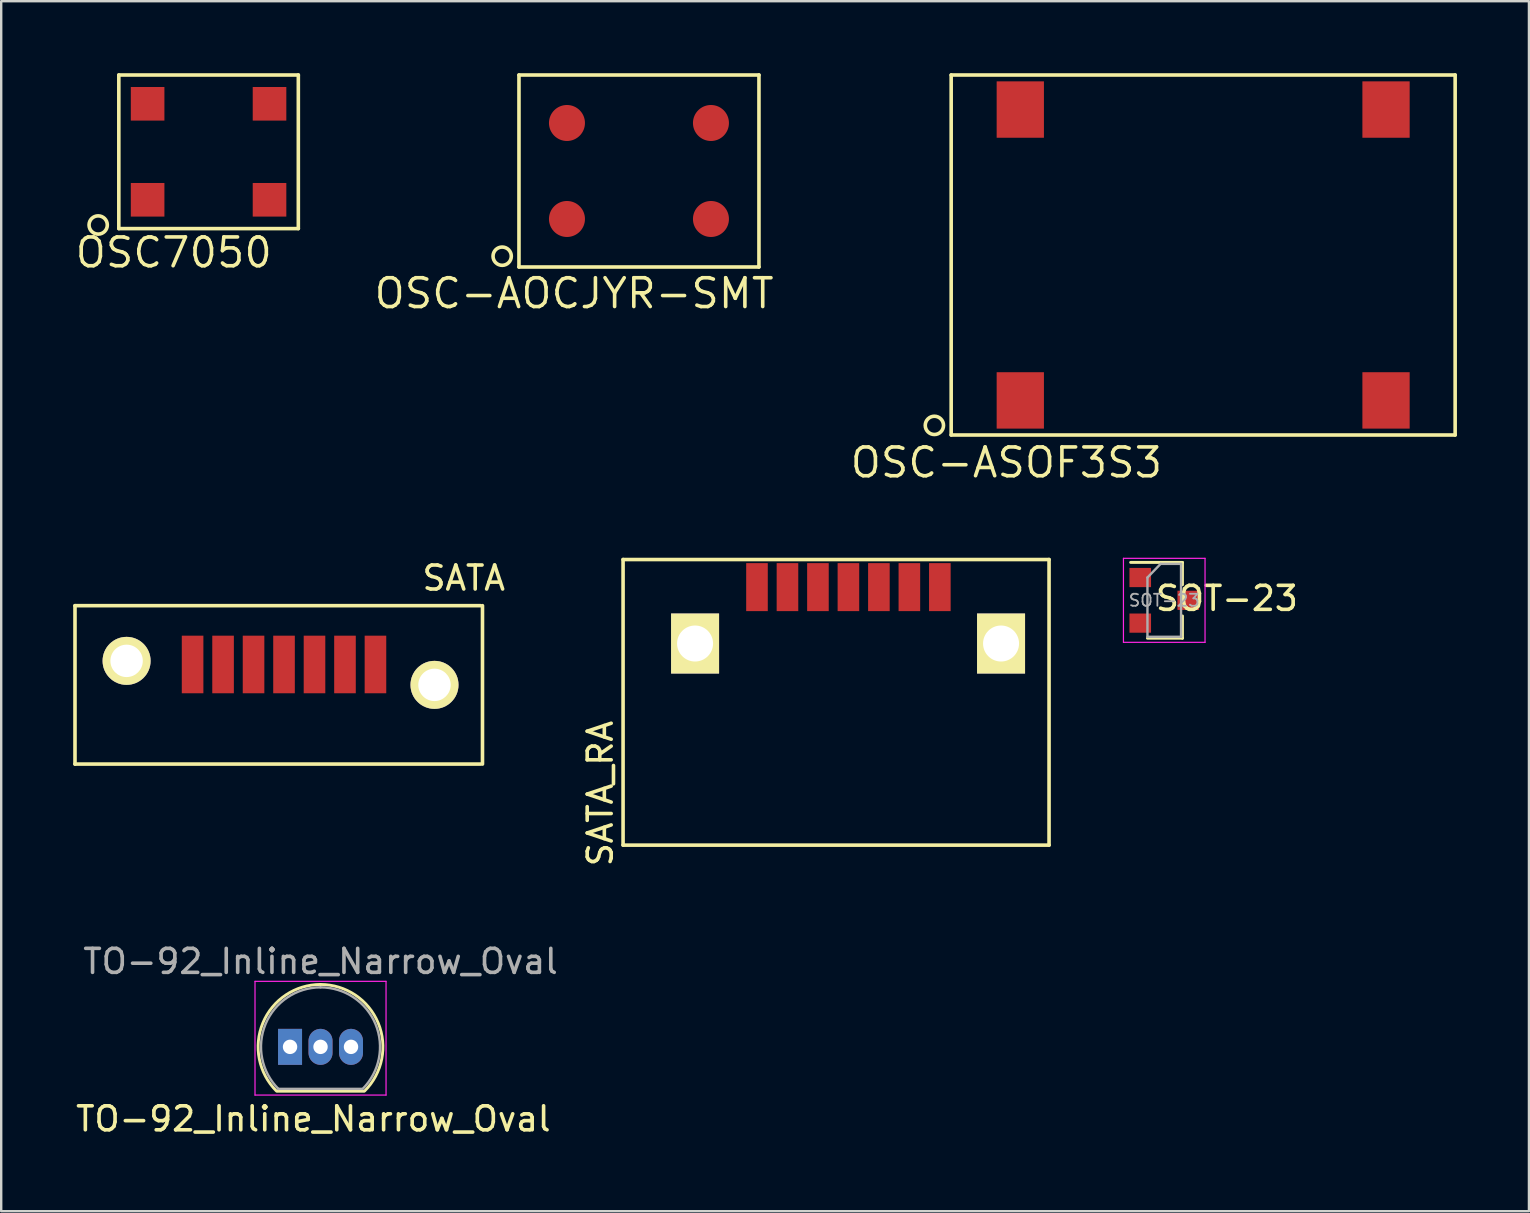
<source format=kicad_pcb>
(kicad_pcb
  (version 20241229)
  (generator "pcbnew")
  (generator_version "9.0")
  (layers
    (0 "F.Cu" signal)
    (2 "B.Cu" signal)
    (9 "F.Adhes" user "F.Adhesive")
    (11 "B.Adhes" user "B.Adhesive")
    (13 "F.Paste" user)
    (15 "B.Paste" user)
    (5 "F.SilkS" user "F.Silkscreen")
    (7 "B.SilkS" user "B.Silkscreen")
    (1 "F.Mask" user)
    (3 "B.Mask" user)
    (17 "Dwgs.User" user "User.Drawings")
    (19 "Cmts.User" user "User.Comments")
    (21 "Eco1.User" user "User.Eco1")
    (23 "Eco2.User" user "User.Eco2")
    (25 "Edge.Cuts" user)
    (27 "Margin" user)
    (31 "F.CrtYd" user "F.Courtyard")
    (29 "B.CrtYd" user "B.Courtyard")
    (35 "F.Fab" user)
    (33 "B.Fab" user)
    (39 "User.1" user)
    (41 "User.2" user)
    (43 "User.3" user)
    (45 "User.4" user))
  (footprint "TO-92_Inline_Narrow_Oval"
    (layer "F.Cu")
    (at 9.036 40.572)
    (property "Reference" "TO-92_Inline_Narrow_Oval" (at 0.97 3 0) (layer "F.SilkS") (effects (font (size 1 1) (thickness 0.15))))
    (attr through_hole)
    (fp_line (start -0.53 1.85) (end 3.07 1.85) (stroke (width 0.12) (type solid)) (layer "F.SilkS"))
    (fp_arc (start -0.568478 1.838478) (mid -1.132087 -0.994977) (end 1.27 -2.6) (stroke (width 0.12) (type solid)) (layer "F.SilkS"))
    (fp_arc (start 1.27 -2.6) (mid 3.672087 -0.994977) (end 3.108478 1.838478) (stroke (width 0.12) (type solid)) (layer "F.SilkS"))
    (fp_line (start -1.46 -2.73) (end -1.46 2.01) (stroke (width 0.05) (type solid)) (layer "F.CrtYd"))
    (fp_line (start -1.46 -2.73) (end 4 -2.73) (stroke (width 0.05) (type solid)) (layer "F.CrtYd"))
    (fp_line (start 4 2.01) (end -1.46 2.01) (stroke (width 0.05) (type solid)) (layer "F.CrtYd"))
    (fp_line (start 4 2.01) (end 4 -2.73) (stroke (width 0.05) (type solid)) (layer "F.CrtYd"))
    (fp_line (start -0.5 1.75) (end 3 1.75) (stroke (width 0.1) (type solid)) (layer "F.Fab"))
    (fp_arc (start -0.483625 1.753625) (mid -1.021221 -0.949055) (end 1.27 -2.48) (stroke (width 0.1) (type solid)) (layer "F.Fab"))
    (fp_arc (start 1.27 -2.48) (mid 3.561221 -0.949055) (end 3.023625 1.753625) (stroke (width 0.1) (type solid)) (layer "F.Fab"))
    (fp_text user "${REFERENCE}" (at 1.27 -3.56 0) (layer "F.Fab") (effects (font (size 1 1) (thickness 0.15))))
    (pad "1" thru_hole rect (at 0 0 180) (size 1 1.5) (drill 0.6) (layers "*.Cu" "*.Mask"))
    (pad "2" thru_hole oval (at 1.27 0 180) (size 1 1.5) (drill 0.6) (layers "*.Cu" "*.Mask"))
    (pad "3" thru_hole oval (at 2.54 0 180) (size 1 1.5) (drill 0.6) (layers "*.Cu" "*.Mask")))
  (footprint "OSC-AOCJYR-SMT"
    (layer "F.Cu")
    (at 23.575 4.075)
    (property "Reference" "OSC-AOCJYR-SMT" (at -2.7 5.1 0) (layer "F.SilkS") (effects (font (size 1.2 1.2) (thickness 0.15))))
    (attr through_hole)
    (fp_line (start -5 -4) (end -5 4) (stroke (width 0.15) (type solid)) (layer "F.SilkS"))
    (fp_line (start -5 4) (end 5 4) (stroke (width 0.15) (type solid)) (layer "F.SilkS"))
    (fp_line (start 5 -4) (end -5 -4) (stroke (width 0.15) (type solid)) (layer "F.SilkS"))
    (fp_line (start 5 4) (end 5 -4) (stroke (width 0.15) (type solid)) (layer "F.SilkS"))
    (fp_circle (center -5.7 3.55) (end -5.35 3.7) (stroke (width 0.15) (type solid)) (fill no) (layer "F.SilkS"))
    (pad "1" smd circle (at -3 2) (size 1.5 1.5) (layers "F.Cu" "F.Mask" "F.Paste"))
    (pad "2" smd circle (at 3 2) (size 1.5 1.5) (layers "F.Cu" "F.Mask" "F.Paste"))
    (pad "3" smd circle (at 3 -2) (size 1.5 1.5) (layers "F.Cu" "F.Mask" "F.Paste"))
    (pad "4" smd circle (at -3 -2) (size 1.5 1.5) (layers "F.Cu" "F.Mask" "F.Paste")))
  (footprint "SATA_RA"
    (layer "F.Cu")
    (at 25.913 32.165)
    (property "Reference" "SATA_RA" (at -3.95 -2.15 90) (layer "F.SilkS") (effects (font (size 1 1) (thickness 0.15))))
    (attr through_hole)
    (fp_line (start -3 -11.9) (end 14.75 -11.9) (stroke (width 0.15) (type solid)) (layer "F.SilkS"))
    (fp_line (start -3 0) (end -3 -11.9) (stroke (width 0.15) (type solid)) (layer "F.SilkS"))
    (fp_line (start 14.75 -11.9) (end 14.75 0) (stroke (width 0.15) (type solid)) (layer "F.SilkS"))
    (fp_line (start 14.75 0) (end -3 0) (stroke (width 0.15) (type solid)) (layer "F.SilkS"))
    (pad "1" smd rect (at 10.2 -10.75) (size 0.9 2) (layers "F.Cu" "F.Mask" "F.Paste"))
    (pad "2" smd rect (at 8.93 -10.75) (size 0.9 2) (layers "F.Cu" "F.Mask" "F.Paste"))
    (pad "3" smd rect (at 7.66 -10.75) (size 0.9 2) (layers "F.Cu" "F.Mask" "F.Paste"))
    (pad "4" smd rect (at 6.39 -10.75) (size 0.9 2) (layers "F.Cu" "F.Mask" "F.Paste"))
    (pad "5" smd rect (at 5.12 -10.75) (size 0.9 2) (layers "F.Cu" "F.Mask" "F.Paste"))
    (pad "6" smd rect (at 3.85 -10.75) (size 0.9 2) (layers "F.Cu" "F.Mask" "F.Paste"))
    (pad "7" smd rect (at 2.58 -10.75) (size 0.9 2) (layers "F.Cu" "F.Mask" "F.Paste"))
    (pad "P1" thru_hole rect (at 12.75 -8.4) (size 2 2.5) (drill 1.5) (layers "*.Cu" "*.Mask" "F.SilkS"))
    (pad "P2" thru_hole rect (at 0 -8.4) (size 2 2.5) (drill 1.5) (layers "*.Cu" "*.Mask" "F.SilkS")))
  (footprint "OSC7050"
    (layer "F.Cu")
    (at 5.641 3.275)
    (property "Reference" "OSC7050" (at -1.45 4.2 180) (layer "F.SilkS") (effects (font (size 1.2 1.2) (thickness 0.15))))
    (attr through_hole)
    (fp_line (start -3.74 -3.2) (end -3.74 3.2) (stroke (width 0.15) (type solid)) (layer "F.SilkS"))
    (fp_line (start -3.74 3.2) (end 3.74 3.2) (stroke (width 0.15) (type solid)) (layer "F.SilkS"))
    (fp_line (start 3.74 -3.2) (end -3.74 -3.2) (stroke (width 0.15) (type solid)) (layer "F.SilkS"))
    (fp_line (start 3.74 3.2) (end 3.74 -3.2) (stroke (width 0.15) (type solid)) (layer "F.SilkS"))
    (fp_circle (center -4.6 3.05) (end -4.25 3.2) (stroke (width 0.15) (type solid)) (fill no) (layer "F.SilkS"))
    (pad "1" smd rect (at -2.54 2) (size 1.4 1.4) (layers "F.Cu" "F.Mask" "F.Paste"))
    (pad "2" smd rect (at 2.54 2) (size 1.4 1.4) (layers "F.Cu" "F.Mask" "F.Paste"))
    (pad "3" smd rect (at 2.54 -2) (size 1.4 1.4) (layers "F.Cu" "F.Mask" "F.Paste"))
    (pad "4" smd rect (at -2.54 -2) (size 1.4 1.4) (layers "F.Cu" "F.Mask" "F.Paste")))
  (footprint "OSC-ASOF3S3"
    (layer "F.Cu")
    (at 47.085 7.575)
    (property "Reference" "OSC-ASOF3S3" (at -8.2 8.65 180) (layer "F.SilkS") (effects (font (size 1.2 1.2) (thickness 0.15))))
    (attr through_hole)
    (fp_line (start -10.5 -7.5) (end -10.5 7.5) (stroke (width 0.15) (type solid)) (layer "F.SilkS"))
    (fp_line (start -10.5 7.5) (end 10.5 7.5) (stroke (width 0.15) (type solid)) (layer "F.SilkS"))
    (fp_line (start 10.5 -7.5) (end -10.5 -7.5) (stroke (width 0.15) (type solid)) (layer "F.SilkS"))
    (fp_line (start 10.5 7.5) (end 10.5 -7.5) (stroke (width 0.15) (type solid)) (layer "F.SilkS"))
    (fp_circle (center -11.2 7.1) (end -10.85 7.25) (stroke (width 0.15) (type solid)) (fill no) (layer "F.SilkS"))
    (pad "1" smd rect (at -7.62 6.06) (size 1.97 2.35) (layers "F.Cu" "F.Mask" "F.Paste"))
    (pad "7" smd rect (at 7.62 6.06) (size 1.97 2.35) (layers "F.Cu" "F.Mask" "F.Paste"))
    (pad "8" smd rect (at 7.62 -6.06) (size 1.97 2.35) (layers "F.Cu" "F.Mask" "F.Paste"))
    (pad "14" smd rect (at -7.62 -6.06) (size 1.97 2.35) (layers "F.Cu" "F.Mask" "F.Paste")))
  (footprint "SATA"
    (layer "F.Cu")
    (at 2.225 25.488)
    (property "Reference" "SATA" (at 14.05 -4.45 0) (layer "F.SilkS") (effects (font (size 1 1) (thickness 0.15))))
    (attr through_hole)
    (fp_line (start -2.15 -3.3) (end 14.75 -3.3) (stroke (width 0.15) (type solid)) (layer "F.SilkS"))
    (fp_line (start -2.15 3.3) (end -2.15 -3.3) (stroke (width 0.15) (type solid)) (layer "F.SilkS"))
    (fp_line (start 14.75 3.3) (end -2.15 3.3) (stroke (width 0.15) (type solid)) (layer "F.SilkS"))
    (fp_line (start 14.83 -3.3) (end 14.83 3.3) (stroke (width 0.15) (type solid)) (layer "F.SilkS"))
    (pad "1" smd rect (at 10.37 -0.85) (size 0.9 2.4) (layers "F.Cu" "F.Mask" "F.Paste"))
    (pad "2" smd rect (at 9.1 -0.85) (size 0.9 2.4) (layers "F.Cu" "F.Mask" "F.Paste"))
    (pad "3" smd rect (at 7.83 -0.85) (size 0.9 2.4) (layers "F.Cu" "F.Mask" "F.Paste"))
    (pad "4" smd rect (at 6.56 -0.85) (size 0.9 2.4) (layers "F.Cu" "F.Mask" "F.Paste"))
    (pad "5" smd rect (at 5.29 -0.85) (size 0.9 2.4) (layers "F.Cu" "F.Mask" "F.Paste"))
    (pad "6" smd rect (at 4.02 -0.85) (size 0.9 2.4) (layers "F.Cu" "F.Mask" "F.Paste"))
    (pad "7" smd rect (at 2.75 -0.85) (size 0.9 2.4) (layers "F.Cu" "F.Mask" "F.Paste"))
    (pad "P1" thru_hole circle (at 12.83 0) (size 2 2) (drill 1.35) (layers "*.Cu" "*.Mask" "F.SilkS"))
    (pad "P2" thru_hole circle (at 0 -1) (size 2 2) (drill 1.35) (layers "*.Cu" "*.Mask" "F.SilkS")))
  (footprint "SOT-23"
    (layer "F.Cu")
    (at 45.463 21.965)
    (property "Reference" "SOT-23" (at 2.61 -0.08 0) (layer "F.SilkS") (effects (font (size 1 1) (thickness 0.15))))
    (attr smd)
    (fp_line (start 0.76 -1.58) (end -1.4 -1.58) (stroke (width 0.12) (type solid)) (layer "F.SilkS"))
    (fp_line (start 0.76 -1.58) (end 0.76 -0.65) (stroke (width 0.12) (type solid)) (layer "F.SilkS"))
    (fp_line (start 0.76 1.58) (end -0.7 1.58) (stroke (width 0.12) (type solid)) (layer "F.SilkS"))
    (fp_line (start 0.76 1.58) (end 0.76 0.65) (stroke (width 0.12) (type solid)) (layer "F.SilkS"))
    (fp_line (start -1.7 -1.75) (end 1.7 -1.75) (stroke (width 0.05) (type solid)) (layer "F.CrtYd"))
    (fp_line (start -1.7 1.75) (end -1.7 -1.75) (stroke (width 0.05) (type solid)) (layer "F.CrtYd"))
    (fp_line (start 1.7 -1.75) (end 1.7 1.75) (stroke (width 0.05) (type solid)) (layer "F.CrtYd"))
    (fp_line (start 1.7 1.75) (end -1.7 1.75) (stroke (width 0.05) (type solid)) (layer "F.CrtYd"))
    (fp_line (start -0.7 -0.95) (end -0.7 1.5) (stroke (width 0.1) (type solid)) (layer "F.Fab"))
    (fp_line (start -0.7 -0.95) (end -0.15 -1.52) (stroke (width 0.1) (type solid)) (layer "F.Fab"))
    (fp_line (start -0.7 1.52) (end 0.7 1.52) (stroke (width 0.1) (type solid)) (layer "F.Fab"))
    (fp_line (start -0.15 -1.52) (end 0.7 -1.52) (stroke (width 0.1) (type solid)) (layer "F.Fab"))
    (fp_line (start 0.7 -1.52) (end 0.7 1.52) (stroke (width 0.1) (type solid)) (layer "F.Fab"))
    (fp_text user "${REFERENCE}" (at 0 0 0) (layer "F.Fab") (effects (font (size 0.5 0.5) (thickness 0.075))))
    (pad "1" smd rect (at -1 -0.95) (size 0.9 0.8) (layers "F.Cu" "F.Mask" "F.Paste"))
    (pad "2" smd rect (at -1 0.95) (size 0.9 0.8) (layers "F.Cu" "F.Mask" "F.Paste"))
    (pad "3" smd rect (at 1 0) (size 0.9 0.8) (layers "F.Cu" "F.Mask" "F.Paste")))
  (gr_rect
    (start -3 -3)
    (end 60.66 47.421)
    (stroke (width 0.1) (type default))
    (fill no)
    (layer "Edge.Cuts")))
</source>
